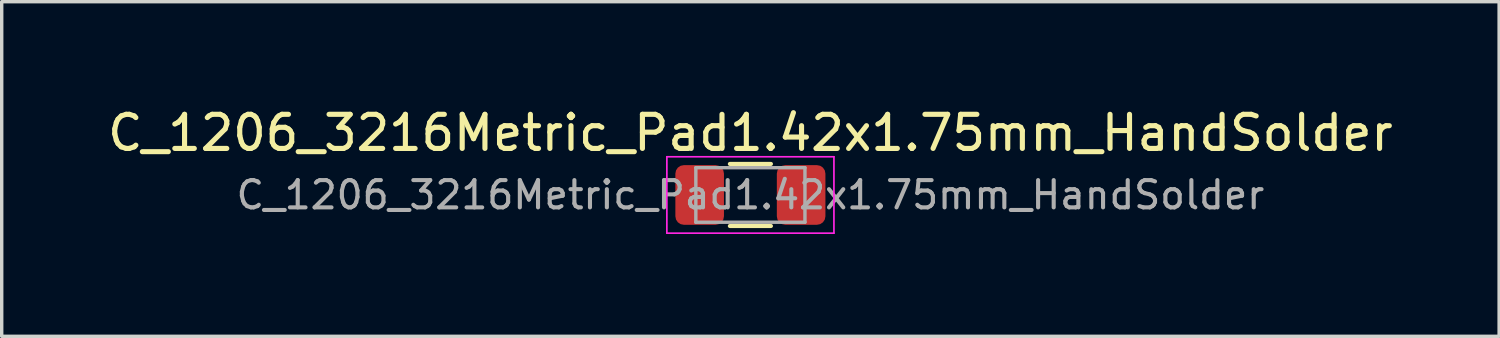
<source format=kicad_pcb>
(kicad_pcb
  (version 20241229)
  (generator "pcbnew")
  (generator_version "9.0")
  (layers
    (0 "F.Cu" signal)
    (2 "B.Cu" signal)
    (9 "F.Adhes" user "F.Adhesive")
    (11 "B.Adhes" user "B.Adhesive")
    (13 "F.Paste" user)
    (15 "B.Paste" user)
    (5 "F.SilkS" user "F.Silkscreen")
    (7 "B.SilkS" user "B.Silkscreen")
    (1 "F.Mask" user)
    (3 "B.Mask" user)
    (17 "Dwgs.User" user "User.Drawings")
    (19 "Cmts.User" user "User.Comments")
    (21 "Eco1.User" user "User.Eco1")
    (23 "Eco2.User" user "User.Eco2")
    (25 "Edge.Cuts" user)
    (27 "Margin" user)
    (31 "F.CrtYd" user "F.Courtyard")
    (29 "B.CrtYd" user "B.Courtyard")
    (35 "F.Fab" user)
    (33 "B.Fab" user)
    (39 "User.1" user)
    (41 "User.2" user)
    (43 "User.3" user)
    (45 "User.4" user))
  (footprint "C_1206_3216Metric_Pad1.42x1.75mm_HandSolder"
    (layer "F.Cu")
    (at 18.958 2.668)
    (property "Reference" "C_1206_3216Metric_Pad1.42x1.75mm_HandSolder" (at 0 -1.82 0) (layer "F.SilkS") (effects (font (size 1 1) (thickness 0.15))))
    (attr smd)
    (fp_line (start -0.602 -0.91) (end 0.602 -0.91) (stroke (width 0.12) (type solid)) (layer "F.SilkS"))
    (fp_line (start -0.602 0.91) (end 0.602 0.91) (stroke (width 0.12) (type solid)) (layer "F.SilkS"))
    (fp_line (start -2.45 -1.12) (end 2.45 -1.12) (stroke (width 0.05) (type solid)) (layer "F.CrtYd"))
    (fp_line (start -2.45 1.12) (end -2.45 -1.12) (stroke (width 0.05) (type solid)) (layer "F.CrtYd"))
    (fp_line (start 2.45 -1.12) (end 2.45 1.12) (stroke (width 0.05) (type solid)) (layer "F.CrtYd"))
    (fp_line (start 2.45 1.12) (end -2.45 1.12) (stroke (width 0.05) (type solid)) (layer "F.CrtYd"))
    (fp_line (start -1.6 -0.8) (end 1.6 -0.8) (stroke (width 0.1) (type solid)) (layer "F.Fab"))
    (fp_line (start -1.6 0.8) (end -1.6 -0.8) (stroke (width 0.1) (type solid)) (layer "F.Fab"))
    (fp_line (start 1.6 -0.8) (end 1.6 0.8) (stroke (width 0.1) (type solid)) (layer "F.Fab"))
    (fp_line (start 1.6 0.8) (end -1.6 0.8) (stroke (width 0.1) (type solid)) (layer "F.Fab"))
    (fp_text user "${REFERENCE}" (at 0 0 0) (layer "F.Fab") (effects (font (size 0.8 0.8) (thickness 0.12))))
    (pad "1" smd roundrect (at -1.488 0) (size 1.425 1.75) (layers "F.Cu" "F.Mask" "F.Paste") (roundrect_rratio 0.175))
    (pad "2" smd roundrect (at 1.488 0) (size 1.425 1.75) (layers "F.Cu" "F.Mask" "F.Paste") (roundrect_rratio 0.175)))
  (gr_rect
    (start -3 -3)
    (end 40.917 6.813)
    (stroke (width 0.1) (type default))
    (fill no)
    (layer "Edge.Cuts")))
</source>
